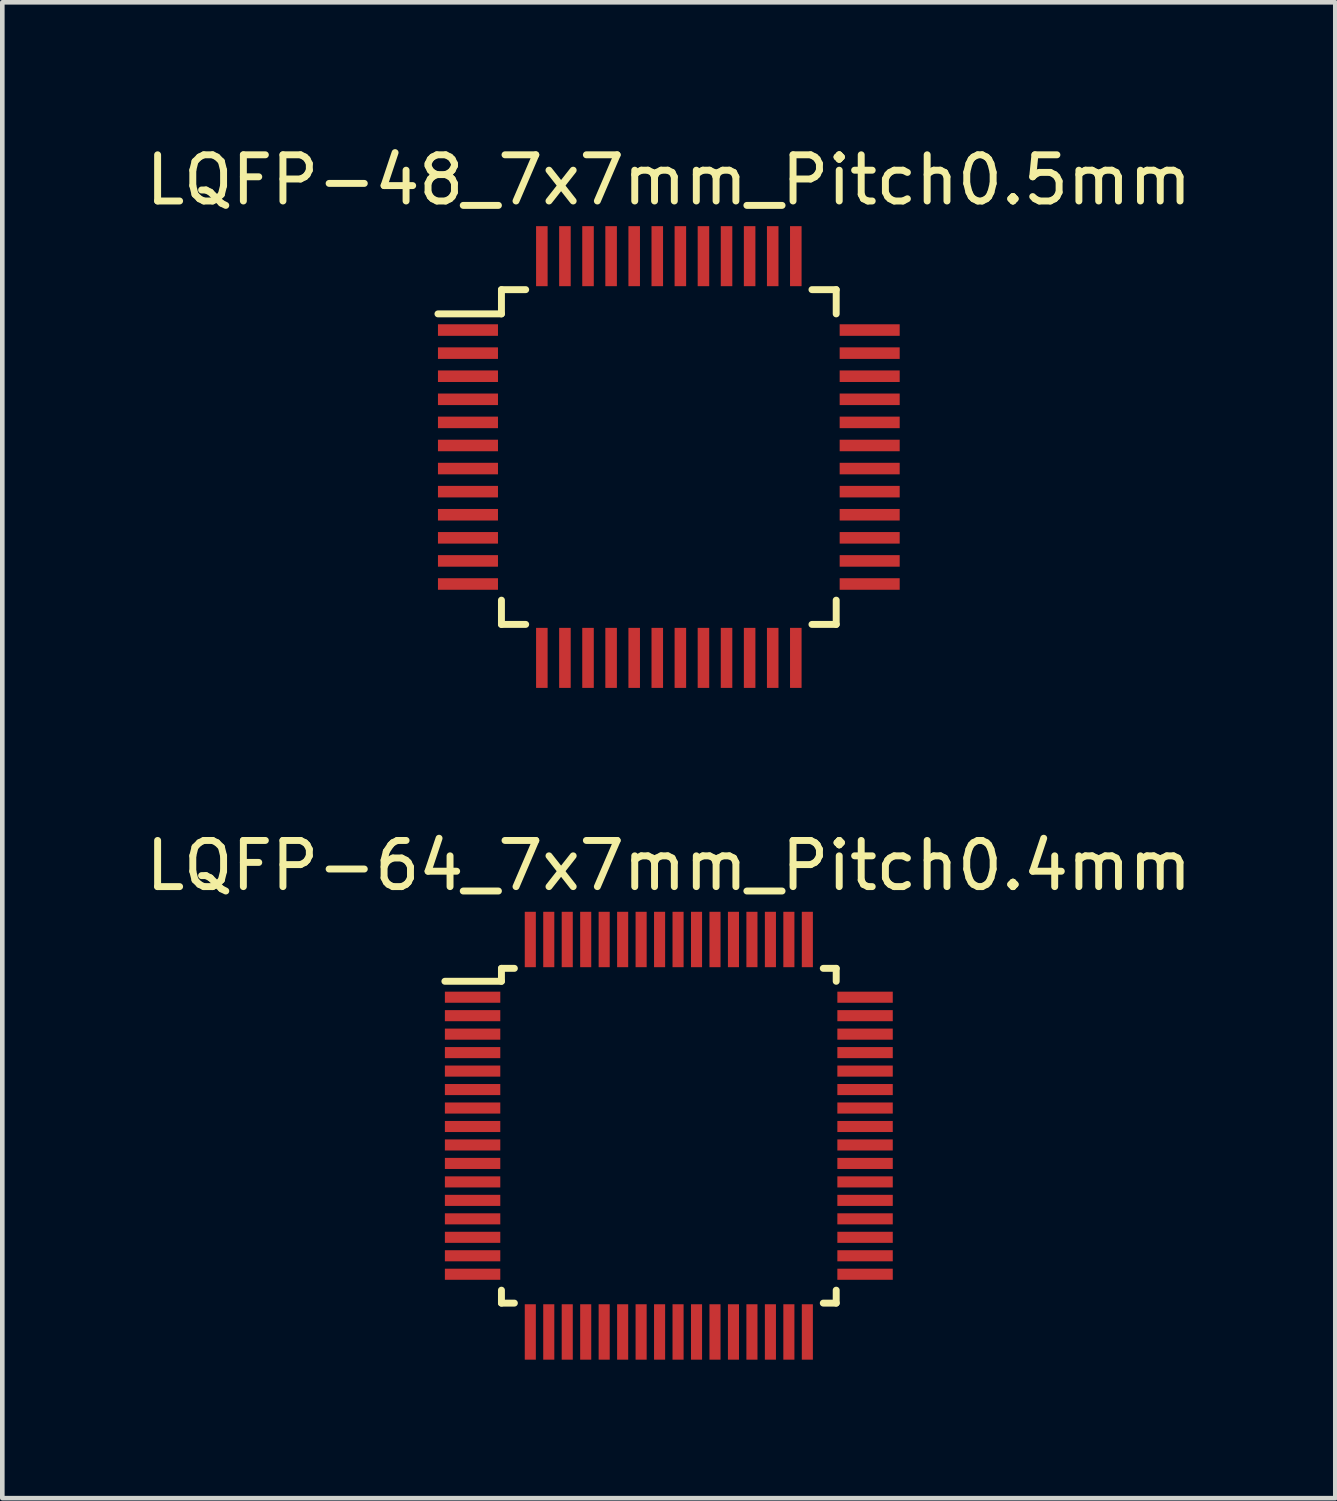
<source format=kicad_pcb>
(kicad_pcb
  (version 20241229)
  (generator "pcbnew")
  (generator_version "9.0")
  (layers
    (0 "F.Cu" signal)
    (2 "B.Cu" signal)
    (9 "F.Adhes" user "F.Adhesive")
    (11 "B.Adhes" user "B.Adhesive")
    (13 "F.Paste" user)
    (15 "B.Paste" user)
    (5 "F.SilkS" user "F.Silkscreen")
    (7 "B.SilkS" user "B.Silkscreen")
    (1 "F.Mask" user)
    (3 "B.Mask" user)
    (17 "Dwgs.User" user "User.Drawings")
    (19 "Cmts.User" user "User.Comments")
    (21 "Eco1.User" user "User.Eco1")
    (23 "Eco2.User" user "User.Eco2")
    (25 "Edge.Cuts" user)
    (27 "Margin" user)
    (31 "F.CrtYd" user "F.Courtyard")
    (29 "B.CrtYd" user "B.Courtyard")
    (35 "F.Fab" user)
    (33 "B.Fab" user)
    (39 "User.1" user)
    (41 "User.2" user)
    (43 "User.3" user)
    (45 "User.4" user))
  (footprint "LQFP-48_7x7mm_Pitch0.5mm"
    (layer "F.Cu")
    (at 11.435 6.848)
    (property "Reference" "LQFP-48_7x7mm_Pitch0.5mm" (at 0 -6 0) (layer "F.SilkS") (effects (font (size 1 1) (thickness 0.15))))
    (attr smd)
    (fp_line (start -3.625 -3.625) (end -3.625 -3.1) (stroke (width 0.15) (type solid)) (layer "F.SilkS"))
    (fp_line (start -3.625 -3.625) (end -3.1 -3.625) (stroke (width 0.15) (type solid)) (layer "F.SilkS"))
    (fp_line (start -3.625 -3.1) (end -5 -3.1) (stroke (width 0.15) (type solid)) (layer "F.SilkS"))
    (fp_line (start -3.625 3.625) (end -3.625 3.1) (stroke (width 0.15) (type solid)) (layer "F.SilkS"))
    (fp_line (start -3.625 3.625) (end -3.1 3.625) (stroke (width 0.15) (type solid)) (layer "F.SilkS"))
    (fp_line (start 3.625 -3.625) (end 3.1 -3.625) (stroke (width 0.15) (type solid)) (layer "F.SilkS"))
    (fp_line (start 3.625 -3.625) (end 3.625 -3.1) (stroke (width 0.15) (type solid)) (layer "F.SilkS"))
    (fp_line (start 3.625 3.625) (end 3.1 3.625) (stroke (width 0.15) (type solid)) (layer "F.SilkS"))
    (fp_line (start 3.625 3.625) (end 3.625 3.1) (stroke (width 0.15) (type solid)) (layer "F.SilkS"))
    (pad "1" smd rect (at -4.35 -2.75) (size 1.3 0.25) (layers "F.Cu" "F.Mask" "F.Paste"))
    (pad "2" smd rect (at -4.35 -2.25) (size 1.3 0.25) (layers "F.Cu" "F.Mask" "F.Paste"))
    (pad "3" smd rect (at -4.35 -1.75) (size 1.3 0.25) (layers "F.Cu" "F.Mask" "F.Paste"))
    (pad "4" smd rect (at -4.35 -1.25) (size 1.3 0.25) (layers "F.Cu" "F.Mask" "F.Paste"))
    (pad "5" smd rect (at -4.35 -0.75) (size 1.3 0.25) (layers "F.Cu" "F.Mask" "F.Paste"))
    (pad "6" smd rect (at -4.35 -0.25) (size 1.3 0.25) (layers "F.Cu" "F.Mask" "F.Paste"))
    (pad "7" smd rect (at -4.35 0.25) (size 1.3 0.25) (layers "F.Cu" "F.Mask" "F.Paste"))
    (pad "8" smd rect (at -4.35 0.75) (size 1.3 0.25) (layers "F.Cu" "F.Mask" "F.Paste"))
    (pad "9" smd rect (at -4.35 1.25) (size 1.3 0.25) (layers "F.Cu" "F.Mask" "F.Paste"))
    (pad "10" smd rect (at -4.35 1.75) (size 1.3 0.25) (layers "F.Cu" "F.Mask" "F.Paste"))
    (pad "11" smd rect (at -4.35 2.25) (size 1.3 0.25) (layers "F.Cu" "F.Mask" "F.Paste"))
    (pad "12" smd rect (at -4.35 2.75) (size 1.3 0.25) (layers "F.Cu" "F.Mask" "F.Paste"))
    (pad "13" smd rect (at -2.75 4.35 90) (size 1.3 0.25) (layers "F.Cu" "F.Mask" "F.Paste"))
    (pad "14" smd rect (at -2.25 4.35 90) (size 1.3 0.25) (layers "F.Cu" "F.Mask" "F.Paste"))
    (pad "15" smd rect (at -1.75 4.35 90) (size 1.3 0.25) (layers "F.Cu" "F.Mask" "F.Paste"))
    (pad "16" smd rect (at -1.25 4.35 90) (size 1.3 0.25) (layers "F.Cu" "F.Mask" "F.Paste"))
    (pad "17" smd rect (at -0.75 4.35 90) (size 1.3 0.25) (layers "F.Cu" "F.Mask" "F.Paste"))
    (pad "18" smd rect (at -0.25 4.35 90) (size 1.3 0.25) (layers "F.Cu" "F.Mask" "F.Paste"))
    (pad "19" smd rect (at 0.25 4.35 90) (size 1.3 0.25) (layers "F.Cu" "F.Mask" "F.Paste"))
    (pad "20" smd rect (at 0.75 4.35 90) (size 1.3 0.25) (layers "F.Cu" "F.Mask" "F.Paste"))
    (pad "21" smd rect (at 1.25 4.35 90) (size 1.3 0.25) (layers "F.Cu" "F.Mask" "F.Paste"))
    (pad "22" smd rect (at 1.75 4.35 90) (size 1.3 0.25) (layers "F.Cu" "F.Mask" "F.Paste"))
    (pad "23" smd rect (at 2.25 4.35 90) (size 1.3 0.25) (layers "F.Cu" "F.Mask" "F.Paste"))
    (pad "24" smd rect (at 2.75 4.35 90) (size 1.3 0.25) (layers "F.Cu" "F.Mask" "F.Paste"))
    (pad "25" smd rect (at 4.35 2.75) (size 1.3 0.25) (layers "F.Cu" "F.Mask" "F.Paste"))
    (pad "26" smd rect (at 4.35 2.25) (size 1.3 0.25) (layers "F.Cu" "F.Mask" "F.Paste"))
    (pad "27" smd rect (at 4.35 1.75) (size 1.3 0.25) (layers "F.Cu" "F.Mask" "F.Paste"))
    (pad "28" smd rect (at 4.35 1.25) (size 1.3 0.25) (layers "F.Cu" "F.Mask" "F.Paste"))
    (pad "29" smd rect (at 4.35 0.75) (size 1.3 0.25) (layers "F.Cu" "F.Mask" "F.Paste"))
    (pad "30" smd rect (at 4.35 0.25) (size 1.3 0.25) (layers "F.Cu" "F.Mask" "F.Paste"))
    (pad "31" smd rect (at 4.35 -0.25) (size 1.3 0.25) (layers "F.Cu" "F.Mask" "F.Paste"))
    (pad "32" smd rect (at 4.35 -0.75) (size 1.3 0.25) (layers "F.Cu" "F.Mask" "F.Paste"))
    (pad "33" smd rect (at 4.35 -1.25) (size 1.3 0.25) (layers "F.Cu" "F.Mask" "F.Paste"))
    (pad "34" smd rect (at 4.35 -1.75) (size 1.3 0.25) (layers "F.Cu" "F.Mask" "F.Paste"))
    (pad "35" smd rect (at 4.35 -2.25) (size 1.3 0.25) (layers "F.Cu" "F.Mask" "F.Paste"))
    (pad "36" smd rect (at 4.35 -2.75) (size 1.3 0.25) (layers "F.Cu" "F.Mask" "F.Paste"))
    (pad "37" smd rect (at 2.75 -4.35 90) (size 1.3 0.25) (layers "F.Cu" "F.Mask" "F.Paste"))
    (pad "38" smd rect (at 2.25 -4.35 90) (size 1.3 0.25) (layers "F.Cu" "F.Mask" "F.Paste"))
    (pad "39" smd rect (at 1.75 -4.35 90) (size 1.3 0.25) (layers "F.Cu" "F.Mask" "F.Paste"))
    (pad "40" smd rect (at 1.25 -4.35 90) (size 1.3 0.25) (layers "F.Cu" "F.Mask" "F.Paste"))
    (pad "41" smd rect (at 0.75 -4.35 90) (size 1.3 0.25) (layers "F.Cu" "F.Mask" "F.Paste"))
    (pad "42" smd rect (at 0.25 -4.35 90) (size 1.3 0.25) (layers "F.Cu" "F.Mask" "F.Paste"))
    (pad "43" smd rect (at -0.25 -4.35 90) (size 1.3 0.25) (layers "F.Cu" "F.Mask" "F.Paste"))
    (pad "44" smd rect (at -0.75 -4.35 90) (size 1.3 0.25) (layers "F.Cu" "F.Mask" "F.Paste"))
    (pad "45" smd rect (at -1.25 -4.35 90) (size 1.3 0.25) (layers "F.Cu" "F.Mask" "F.Paste"))
    (pad "46" smd rect (at -1.75 -4.35 90) (size 1.3 0.25) (layers "F.Cu" "F.Mask" "F.Paste"))
    (pad "47" smd rect (at -2.25 -4.35 90) (size 1.3 0.25) (layers "F.Cu" "F.Mask" "F.Paste"))
    (pad "48" smd rect (at -2.75 -4.35 90) (size 1.3 0.25) (layers "F.Cu" "F.Mask" "F.Paste")))
  (footprint "LQFP-64_7x7mm_Pitch0.4mm"
    (layer "F.Cu")
    (at 11.435 21.547)
    (property "Reference" "LQFP-64_7x7mm_Pitch0.4mm" (at 0 -5.85 0) (layer "F.SilkS") (effects (font (size 1 1) (thickness 0.15))))
    (attr smd)
    (fp_line (start -3.625 -3.625) (end -3.625 -3.345) (stroke (width 0.15) (type solid)) (layer "F.SilkS"))
    (fp_line (start -3.625 -3.625) (end -3.345 -3.625) (stroke (width 0.15) (type solid)) (layer "F.SilkS"))
    (fp_line (start -3.625 -3.345) (end -4.85 -3.345) (stroke (width 0.15) (type solid)) (layer "F.SilkS"))
    (fp_line (start -3.625 3.625) (end -3.625 3.345) (stroke (width 0.15) (type solid)) (layer "F.SilkS"))
    (fp_line (start -3.625 3.625) (end -3.345 3.625) (stroke (width 0.15) (type solid)) (layer "F.SilkS"))
    (fp_line (start 3.625 -3.625) (end 3.345 -3.625) (stroke (width 0.15) (type solid)) (layer "F.SilkS"))
    (fp_line (start 3.625 -3.625) (end 3.625 -3.345) (stroke (width 0.15) (type solid)) (layer "F.SilkS"))
    (fp_line (start 3.625 3.625) (end 3.345 3.625) (stroke (width 0.15) (type solid)) (layer "F.SilkS"))
    (fp_line (start 3.625 3.625) (end 3.625 3.345) (stroke (width 0.15) (type solid)) (layer "F.SilkS"))
    (pad "1" smd rect (at -4.25 -3) (size 1.2 0.24) (layers "F.Cu" "F.Mask" "F.Paste"))
    (pad "2" smd rect (at -4.25 -2.6) (size 1.2 0.24) (layers "F.Cu" "F.Mask" "F.Paste"))
    (pad "3" smd rect (at -4.25 -2.2) (size 1.2 0.24) (layers "F.Cu" "F.Mask" "F.Paste"))
    (pad "4" smd rect (at -4.25 -1.8) (size 1.2 0.24) (layers "F.Cu" "F.Mask" "F.Paste"))
    (pad "5" smd rect (at -4.25 -1.4) (size 1.2 0.24) (layers "F.Cu" "F.Mask" "F.Paste"))
    (pad "6" smd rect (at -4.25 -1) (size 1.2 0.24) (layers "F.Cu" "F.Mask" "F.Paste"))
    (pad "7" smd rect (at -4.25 -0.6) (size 1.2 0.24) (layers "F.Cu" "F.Mask" "F.Paste"))
    (pad "8" smd rect (at -4.25 -0.2) (size 1.2 0.24) (layers "F.Cu" "F.Mask" "F.Paste"))
    (pad "9" smd rect (at -4.25 0.2) (size 1.2 0.24) (layers "F.Cu" "F.Mask" "F.Paste"))
    (pad "10" smd rect (at -4.25 0.6) (size 1.2 0.24) (layers "F.Cu" "F.Mask" "F.Paste"))
    (pad "11" smd rect (at -4.25 1) (size 1.2 0.24) (layers "F.Cu" "F.Mask" "F.Paste"))
    (pad "12" smd rect (at -4.25 1.4) (size 1.2 0.24) (layers "F.Cu" "F.Mask" "F.Paste"))
    (pad "13" smd rect (at -4.25 1.8) (size 1.2 0.24) (layers "F.Cu" "F.Mask" "F.Paste"))
    (pad "14" smd rect (at -4.25 2.2) (size 1.2 0.24) (layers "F.Cu" "F.Mask" "F.Paste"))
    (pad "15" smd rect (at -4.25 2.6) (size 1.2 0.24) (layers "F.Cu" "F.Mask" "F.Paste"))
    (pad "16" smd rect (at -4.25 3) (size 1.2 0.24) (layers "F.Cu" "F.Mask" "F.Paste"))
    (pad "17" smd rect (at -3 4.25 90) (size 1.2 0.24) (layers "F.Cu" "F.Mask" "F.Paste"))
    (pad "18" smd rect (at -2.6 4.25 90) (size 1.2 0.24) (layers "F.Cu" "F.Mask" "F.Paste"))
    (pad "19" smd rect (at -2.2 4.25 90) (size 1.2 0.24) (layers "F.Cu" "F.Mask" "F.Paste"))
    (pad "20" smd rect (at -1.8 4.25 90) (size 1.2 0.24) (layers "F.Cu" "F.Mask" "F.Paste"))
    (pad "21" smd rect (at -1.4 4.25 90) (size 1.2 0.24) (layers "F.Cu" "F.Mask" "F.Paste"))
    (pad "22" smd rect (at -1 4.25 90) (size 1.2 0.24) (layers "F.Cu" "F.Mask" "F.Paste"))
    (pad "23" smd rect (at -0.6 4.25 90) (size 1.2 0.24) (layers "F.Cu" "F.Mask" "F.Paste"))
    (pad "24" smd rect (at -0.2 4.25 90) (size 1.2 0.24) (layers "F.Cu" "F.Mask" "F.Paste"))
    (pad "25" smd rect (at 0.2 4.25 90) (size 1.2 0.24) (layers "F.Cu" "F.Mask" "F.Paste"))
    (pad "26" smd rect (at 0.6 4.25 90) (size 1.2 0.24) (layers "F.Cu" "F.Mask" "F.Paste"))
    (pad "27" smd rect (at 1 4.25 90) (size 1.2 0.24) (layers "F.Cu" "F.Mask" "F.Paste"))
    (pad "28" smd rect (at 1.4 4.25 90) (size 1.2 0.24) (layers "F.Cu" "F.Mask" "F.Paste"))
    (pad "29" smd rect (at 1.8 4.25 90) (size 1.2 0.24) (layers "F.Cu" "F.Mask" "F.Paste"))
    (pad "30" smd rect (at 2.2 4.25 90) (size 1.2 0.24) (layers "F.Cu" "F.Mask" "F.Paste"))
    (pad "31" smd rect (at 2.6 4.25 90) (size 1.2 0.24) (layers "F.Cu" "F.Mask" "F.Paste"))
    (pad "32" smd rect (at 3 4.25 90) (size 1.2 0.24) (layers "F.Cu" "F.Mask" "F.Paste"))
    (pad "33" smd rect (at 4.25 3) (size 1.2 0.24) (layers "F.Cu" "F.Mask" "F.Paste"))
    (pad "34" smd rect (at 4.25 2.6) (size 1.2 0.24) (layers "F.Cu" "F.Mask" "F.Paste"))
    (pad "35" smd rect (at 4.25 2.2) (size 1.2 0.24) (layers "F.Cu" "F.Mask" "F.Paste"))
    (pad "36" smd rect (at 4.25 1.8) (size 1.2 0.24) (layers "F.Cu" "F.Mask" "F.Paste"))
    (pad "37" smd rect (at 4.25 1.4) (size 1.2 0.24) (layers "F.Cu" "F.Mask" "F.Paste"))
    (pad "38" smd rect (at 4.25 1) (size 1.2 0.24) (layers "F.Cu" "F.Mask" "F.Paste"))
    (pad "39" smd rect (at 4.25 0.6) (size 1.2 0.24) (layers "F.Cu" "F.Mask" "F.Paste"))
    (pad "40" smd rect (at 4.25 0.2) (size 1.2 0.24) (layers "F.Cu" "F.Mask" "F.Paste"))
    (pad "41" smd rect (at 4.25 -0.2) (size 1.2 0.24) (layers "F.Cu" "F.Mask" "F.Paste"))
    (pad "42" smd rect (at 4.25 -0.6) (size 1.2 0.24) (layers "F.Cu" "F.Mask" "F.Paste"))
    (pad "43" smd rect (at 4.25 -1) (size 1.2 0.24) (layers "F.Cu" "F.Mask" "F.Paste"))
    (pad "44" smd rect (at 4.25 -1.4) (size 1.2 0.24) (layers "F.Cu" "F.Mask" "F.Paste"))
    (pad "45" smd rect (at 4.25 -1.8) (size 1.2 0.24) (layers "F.Cu" "F.Mask" "F.Paste"))
    (pad "46" smd rect (at 4.25 -2.2) (size 1.2 0.24) (layers "F.Cu" "F.Mask" "F.Paste"))
    (pad "47" smd rect (at 4.25 -2.6) (size 1.2 0.24) (layers "F.Cu" "F.Mask" "F.Paste"))
    (pad "48" smd rect (at 4.25 -3) (size 1.2 0.24) (layers "F.Cu" "F.Mask" "F.Paste"))
    (pad "49" smd rect (at 3 -4.25 90) (size 1.2 0.24) (layers "F.Cu" "F.Mask" "F.Paste"))
    (pad "50" smd rect (at 2.6 -4.25 90) (size 1.2 0.24) (layers "F.Cu" "F.Mask" "F.Paste"))
    (pad "51" smd rect (at 2.2 -4.25 90) (size 1.2 0.24) (layers "F.Cu" "F.Mask" "F.Paste"))
    (pad "52" smd rect (at 1.8 -4.25 90) (size 1.2 0.24) (layers "F.Cu" "F.Mask" "F.Paste"))
    (pad "53" smd rect (at 1.4 -4.25 90) (size 1.2 0.24) (layers "F.Cu" "F.Mask" "F.Paste"))
    (pad "54" smd rect (at 1 -4.25 90) (size 1.2 0.24) (layers "F.Cu" "F.Mask" "F.Paste"))
    (pad "55" smd rect (at 0.6 -4.25 90) (size 1.2 0.24) (layers "F.Cu" "F.Mask" "F.Paste"))
    (pad "56" smd rect (at 0.2 -4.25 90) (size 1.2 0.24) (layers "F.Cu" "F.Mask" "F.Paste"))
    (pad "57" smd rect (at -0.2 -4.25 90) (size 1.2 0.24) (layers "F.Cu" "F.Mask" "F.Paste"))
    (pad "58" smd rect (at -0.6 -4.25 90) (size 1.2 0.24) (layers "F.Cu" "F.Mask" "F.Paste"))
    (pad "59" smd rect (at -1 -4.25 90) (size 1.2 0.24) (layers "F.Cu" "F.Mask" "F.Paste"))
    (pad "60" smd rect (at -1.4 -4.25 90) (size 1.2 0.24) (layers "F.Cu" "F.Mask" "F.Paste"))
    (pad "61" smd rect (at -1.8 -4.25 90) (size 1.2 0.24) (layers "F.Cu" "F.Mask" "F.Paste"))
    (pad "62" smd rect (at -2.2 -4.25 90) (size 1.2 0.24) (layers "F.Cu" "F.Mask" "F.Paste"))
    (pad "63" smd rect (at -2.6 -4.25 90) (size 1.2 0.24) (layers "F.Cu" "F.Mask" "F.Paste"))
    (pad "64" smd rect (at -3 -4.25 90) (size 1.2 0.24) (layers "F.Cu" "F.Mask" "F.Paste")))
  (gr_rect
    (start -3 -3)
    (end 25.869 29.396)
    (stroke (width 0.1) (type default))
    (fill no)
    (layer "Edge.Cuts")))
</source>
